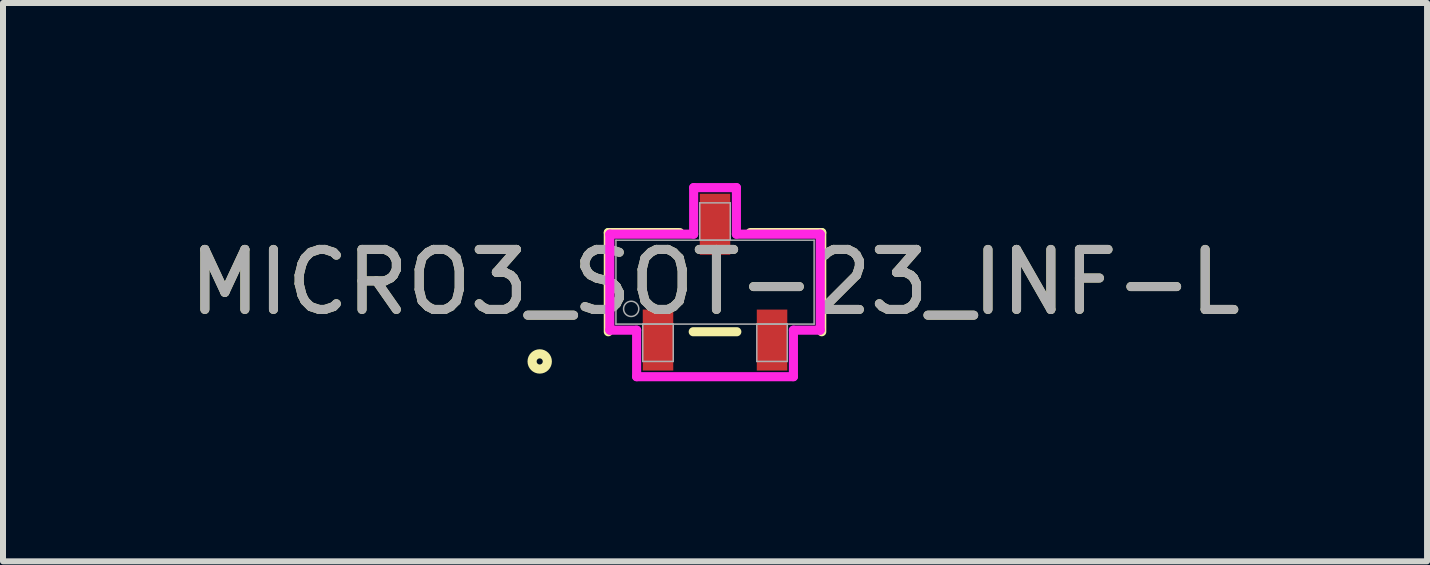
<source format=kicad_pcb>
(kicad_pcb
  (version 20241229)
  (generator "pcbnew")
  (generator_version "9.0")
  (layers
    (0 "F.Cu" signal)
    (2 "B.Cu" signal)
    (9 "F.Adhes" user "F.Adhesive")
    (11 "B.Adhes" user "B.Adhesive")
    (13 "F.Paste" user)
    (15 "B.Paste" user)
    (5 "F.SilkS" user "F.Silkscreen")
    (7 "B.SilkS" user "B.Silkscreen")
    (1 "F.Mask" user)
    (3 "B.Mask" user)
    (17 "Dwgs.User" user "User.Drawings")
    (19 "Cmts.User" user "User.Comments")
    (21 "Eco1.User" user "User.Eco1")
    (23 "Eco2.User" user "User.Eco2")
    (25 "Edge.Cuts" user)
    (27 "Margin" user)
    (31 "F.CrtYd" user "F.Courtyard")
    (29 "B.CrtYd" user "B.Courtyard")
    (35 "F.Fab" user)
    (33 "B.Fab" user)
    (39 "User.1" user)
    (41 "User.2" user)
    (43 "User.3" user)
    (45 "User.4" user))
  (footprint "MICRO3_SOT-23_INF-L"
    (layer "F.Cu")
    (at 8.863 1.651)
    (property "Reference" "MICRO3_SOT-23_INF-L" (at 0 0 0) (unlocked yes) (layer "F.SilkS") (effects (font (size 1 1) (thickness 0.15))))
    (attr smd)
    (fp_line (start -1.778 -0.826) (end -1.778 0.826) (stroke (width 0.152) (type solid)) (layer "F.SilkS"))
    (fp_line (start -0.587 -0.826) (end -1.778 -0.826) (stroke (width 0.152) (type solid)) (layer "F.SilkS"))
    (fp_line (start -0.363 0.826) (end 0.363 0.826) (stroke (width 0.152) (type solid)) (layer "F.SilkS"))
    (fp_line (start 1.778 -0.826) (end 0.587 -0.826) (stroke (width 0.152) (type solid)) (layer "F.SilkS"))
    (fp_line (start 1.778 0.826) (end 1.778 -0.826) (stroke (width 0.152) (type solid)) (layer "F.SilkS"))
    (fp_circle (center -2.921 1.321) (end -2.794 1.321) (stroke (width 0.152) (type solid)) (fill no) (layer "F.SilkS"))
    (fp_line (start -1.753 -0.8) (end -0.356 -0.8) (stroke (width 0.152) (type solid)) (layer "F.CrtYd"))
    (fp_line (start -1.753 0.8) (end -1.753 -0.8) (stroke (width 0.152) (type solid)) (layer "F.CrtYd"))
    (fp_line (start -1.753 0.8) (end -1.306 0.8) (stroke (width 0.152) (type solid)) (layer "F.CrtYd"))
    (fp_line (start -1.306 0.8) (end -1.306 1.575) (stroke (width 0.152) (type solid)) (layer "F.CrtYd"))
    (fp_line (start -1.306 1.575) (end 1.306 1.575) (stroke (width 0.152) (type solid)) (layer "F.CrtYd"))
    (fp_line (start -0.356 -1.575) (end 0.356 -1.575) (stroke (width 0.152) (type solid)) (layer "F.CrtYd"))
    (fp_line (start -0.356 -0.8) (end -0.356 -1.575) (stroke (width 0.152) (type solid)) (layer "F.CrtYd"))
    (fp_line (start 0.356 -0.8) (end 0.356 -1.575) (stroke (width 0.152) (type solid)) (layer "F.CrtYd"))
    (fp_line (start 1.306 0.8) (end 1.306 1.575) (stroke (width 0.152) (type solid)) (layer "F.CrtYd"))
    (fp_line (start 1.753 -0.8) (end 0.356 -0.8) (stroke (width 0.152) (type solid)) (layer "F.CrtYd"))
    (fp_line (start 1.753 -0.8) (end 1.753 0.8) (stroke (width 0.152) (type solid)) (layer "F.CrtYd"))
    (fp_line (start 1.753 0.8) (end 1.306 0.8) (stroke (width 0.152) (type solid)) (layer "F.CrtYd"))
    (fp_line (start -1.651 -0.699) (end -1.651 0.699) (stroke (width 0.025) (type solid)) (layer "F.Fab"))
    (fp_line (start -1.651 0.699) (end 1.651 0.699) (stroke (width 0.025) (type solid)) (layer "F.Fab"))
    (fp_line (start -1.204 0.699) (end -1.204 1.321) (stroke (width 0.025) (type solid)) (layer "F.Fab"))
    (fp_line (start -1.204 1.321) (end -0.696 1.321) (stroke (width 0.025) (type solid)) (layer "F.Fab"))
    (fp_line (start -0.696 0.699) (end -1.204 0.699) (stroke (width 0.025) (type solid)) (layer "F.Fab"))
    (fp_line (start -0.696 1.321) (end -0.696 0.699) (stroke (width 0.025) (type solid)) (layer "F.Fab"))
    (fp_line (start -0.254 -1.321) (end -0.254 -0.699) (stroke (width 0.025) (type solid)) (layer "F.Fab"))
    (fp_line (start -0.254 -0.699) (end 0.254 -0.699) (stroke (width 0.025) (type solid)) (layer "F.Fab"))
    (fp_line (start 0.254 -1.321) (end -0.254 -1.321) (stroke (width 0.025) (type solid)) (layer "F.Fab"))
    (fp_line (start 0.254 -0.699) (end 0.254 -1.321) (stroke (width 0.025) (type solid)) (layer "F.Fab"))
    (fp_line (start 0.696 0.699) (end 0.696 1.321) (stroke (width 0.025) (type solid)) (layer "F.Fab"))
    (fp_line (start 0.696 1.321) (end 1.204 1.321) (stroke (width 0.025) (type solid)) (layer "F.Fab"))
    (fp_line (start 1.204 0.699) (end 0.696 0.699) (stroke (width 0.025) (type solid)) (layer "F.Fab"))
    (fp_line (start 1.204 1.321) (end 1.204 0.699) (stroke (width 0.025) (type solid)) (layer "F.Fab"))
    (fp_line (start 1.651 -0.699) (end -1.651 -0.699) (stroke (width 0.025) (type solid)) (layer "F.Fab"))
    (fp_line (start 1.651 0.699) (end 1.651 -0.699) (stroke (width 0.025) (type solid)) (layer "F.Fab"))
    (fp_circle (center -1.397 0.445) (end -1.27 0.445) (stroke (width 0.025) (type solid)) (fill no) (layer "F.Fab"))
    (fp_text user "${REFERENCE}" (at 0 0 0) (unlocked yes) (layer "F.Fab") (effects (font (size 1 1) (thickness 0.15))))
    (pad "1" smd rect (at -0.95 0.965) (size 0.508 1.016) (layers "F.Cu" "F.Mask" "F.Paste"))
    (pad "2" smd rect (at 0.95 0.965) (size 0.508 1.016) (layers "F.Cu" "F.Mask" "F.Paste"))
    (pad "3" smd rect (at 0 -0.965) (size 0.508 1.016) (layers "F.Cu" "F.Mask" "F.Paste")))
  (gr_rect
    (start -3 -3)
    (end 20.726 6.302)
    (stroke (width 0.1) (type default))
    (fill no)
    (layer "Edge.Cuts")))
</source>
